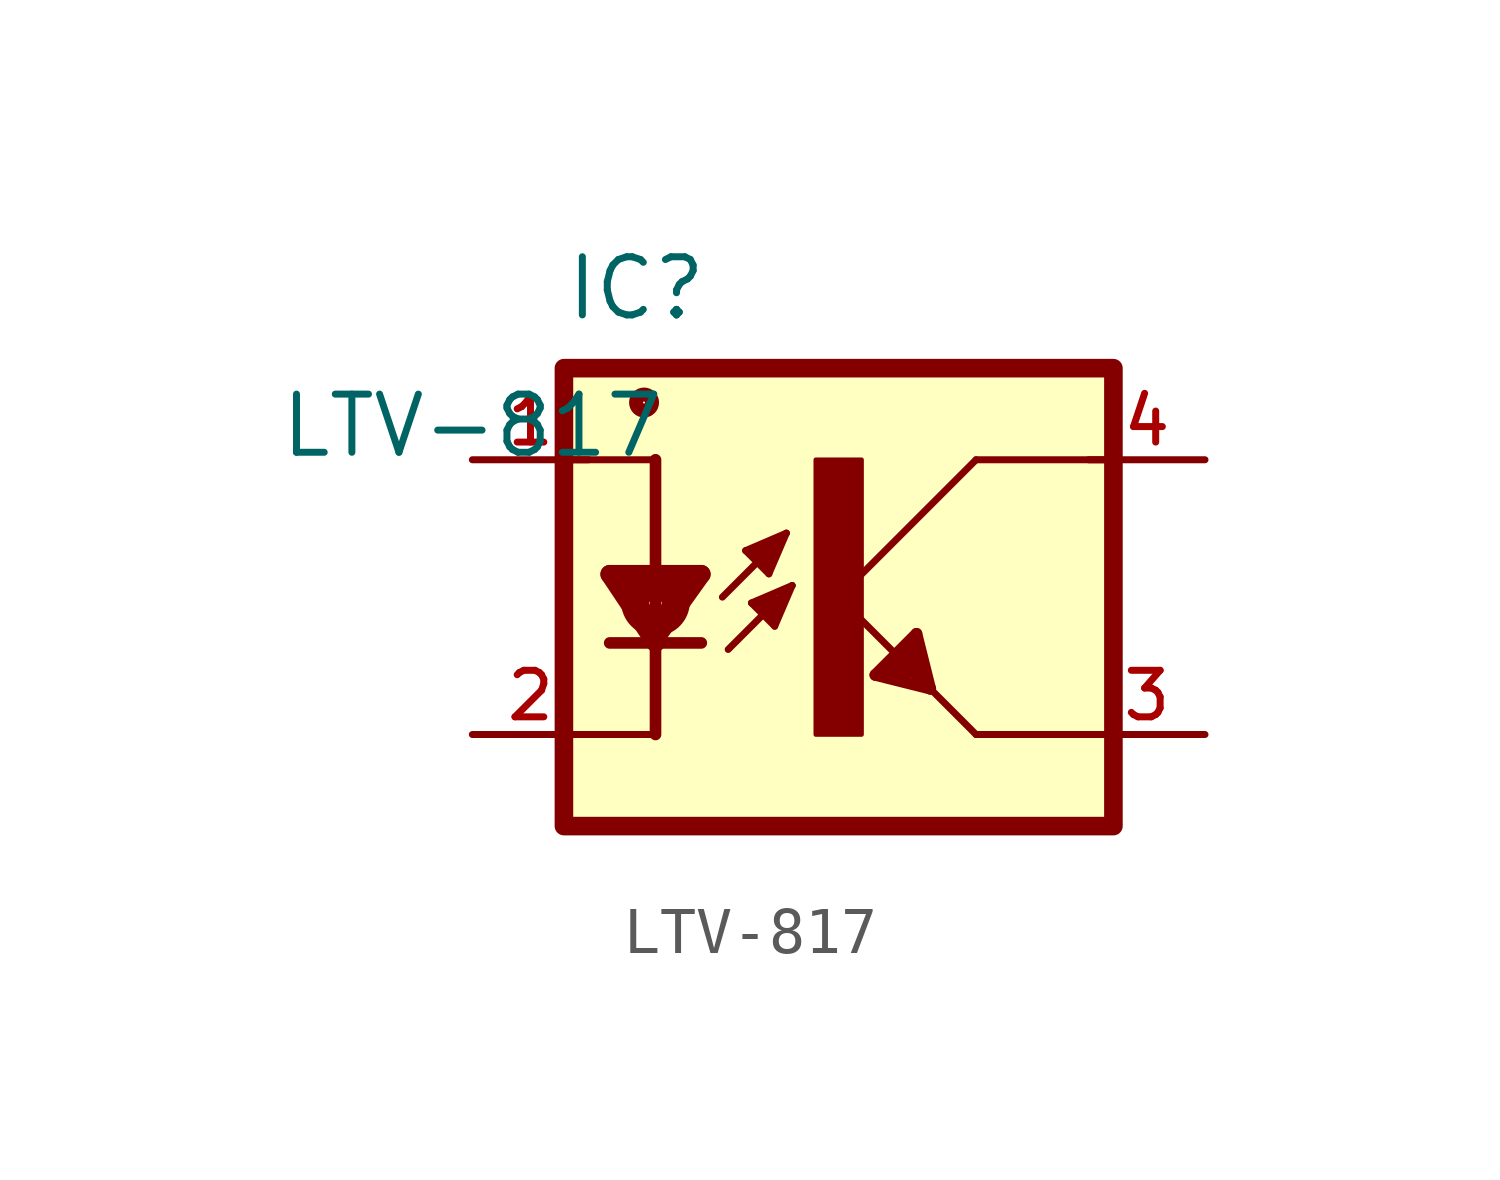
<source format=kicad_sym>
(kicad_symbol_lib
  (version 20211014)
  (generator kicad_symbol_editor)
  (symbol "LTV-817"
    (pin_names
      (offset 1.016))
    (property "Reference" "IC"
      (at 2.0 3.0 0)
      (effects (font (size 1.27 1.27)) (justify bottom left)))
    (property "Value" "LTV-817"
      (at 0 0.0 0)
      (effects (font (size 1.27 1.27)) (justify bottom)))
    (symbol "LTV-817_0_0"
      (polyline (pts (xy 5.587 -4.143) (xy 6.984 -2.746)) (stroke (width 0.152)))
      (polyline (pts (xy 6.984 -2.746) (xy 6.095 -3.127)) (stroke (width 0.152)))
      (polyline (pts (xy 6.095 -3.127) (xy 6.603 -3.635)) (stroke (width 0.152)))
      (polyline (pts (xy 6.603 -3.635) (xy 6.984 -2.746)) (stroke (width 0.152)))
      (polyline (pts (xy 6.857 -1.603) (xy 5.968 -1.984)) (stroke (width 0.152)))
      (polyline (pts (xy 5.968 -1.984) (xy 6.476 -2.492)) (stroke (width 0.152)))
      (polyline (pts (xy 6.476 -2.492) (xy 6.857 -1.603)) (stroke (width 0.152)))
      (polyline (pts (xy 5.46 -3.0) (xy 6.476 -1.984)) (stroke (width 0.152)))
      (polyline (pts (xy 6.476 -1.984) (xy 6.857 -1.603)) (stroke (width 0.152)))
      (polyline (pts (xy 5.0 -4.0) (xy 4.0 -4.0)) (stroke (width 0.254)))
      (polyline (pts (xy 4.0 -4.0) (xy 3.0 -4.0)) (stroke (width 0.254)))
      (polyline (pts (xy 4.0 0.0) (xy 2.0 0.0)) (stroke (width 0.152)))
      (polyline (pts (xy 4.0 -6.0) (xy 2.0 -6.0)) (stroke (width 0.152)))
      (polyline (pts (xy 11.0 0.0) (xy 8.0 -3.0)) (stroke (width 0.152)))
      (polyline (pts (xy 11.0 -6.0) (xy 14.0 -6.0)) (stroke (width 0.152)))
      (polyline (pts (xy 11.0 0.0) (xy 14.0 0.0)) (stroke (width 0.152)))
      (polyline (pts (xy 8.0 -3.0) (xy 9.4 -4.4)) (stroke (width 0.152)))
      (polyline (pts (xy 10.0 -5.0) (xy 11.0 -6.0)) (stroke (width 0.152)))
      (polyline (pts (xy 6.476 -1.984) (xy 6.476 -2.238)) (stroke (width 0.305)))
      (polyline (pts (xy 6.222 -1.984) (xy 6.476 -1.984)) (stroke (width 0.305)))
      (polyline (pts (xy 6.4 -3.127) (xy 6.679 -3.127)) (stroke (width 0.305)))
      (polyline (pts (xy 6.552 -3.152) (xy 6.552 -3.406)) (stroke (width 0.305)))
      (polyline (pts (xy 6.247 -3.152) (xy 6.4 -3.152)) (stroke (width 0.305)))
      (polyline (pts (xy 6.527 -1.857) (xy 6.603 -1.857)) (stroke (width 0.305)))
      (polyline (pts (xy 6.603 -1.857) (xy 6.603 -1.908)) (stroke (width 0.305)))
      (circle (center 3.75 1.25) (radius 0.175) (stroke (width 0.305)) (fill (type none)))
      (rectangle (start 7.5 -6.0) (end 8.5 0.0) (stroke (width 0.1)) (fill (type outline)))
      (polyline (pts (xy 10.0 -5.0) (xy 9.7 -3.8)) (stroke (width 0.254)))
      (polyline (pts (xy 9.7 -3.8) (xy 8.8 -4.7)) (stroke (width 0.254)))
      (polyline (pts (xy 8.8 -4.7) (xy 10.0 -5.0)) (stroke (width 0.254)))
      (polyline (pts (xy 10.0 -5.0) (xy 9.4 -4.4)) (stroke (width 0.254)))
      (polyline (pts (xy 9.2 -4.6) (xy 9.6 -4.2)) (stroke (width 0.61)))
      (polyline (pts (xy 9.6 -4.2) (xy 9.7 -4.6)) (stroke (width 0.254)))
      (polyline (pts (xy 9.7 -4.6) (xy 9.3 -4.7)) (stroke (width 0.254)))
      (polyline (pts (xy 4.0 0.0) (xy 4.0 -3.9)) (stroke (width 0.254)))
      (polyline (pts (xy 4.0 -3.9) (xy 4.0 -4.0)) (stroke (width 0.254)))
      (polyline (pts (xy 4.0 -4.0) (xy 4.0 -6.0)) (stroke (width 0.254)))
      (polyline (pts (xy 4.0 -4.0) (xy 3.0 -2.5)) (stroke (width 0.406)))
      (polyline (pts (xy 3.0 -2.5) (xy 5.0 -2.5)) (stroke (width 0.406)))
      (polyline (pts (xy 5.0 -2.5) (xy 4.0 -3.9)) (stroke (width 0.406)))
      (polyline (pts (xy 3.5 -2.8) (xy 4.5 -2.8)) (stroke (width 0.61)))
      (circle (center 4.0 -3.1) (radius 0.141) (stroke (width 0.61)) (fill (type none)))
      (rectangle (start 2.0 -8.0) (end 14.0 2.0) (stroke (width 0.406)) (fill (type background)))
      (pin input line (at 0.0 0.0 0) (length 2.54) (name "~" (effects (font (size 1.016 1.016)))) (number "1" (effects (font (size 1.016 1.016)))))
      (pin output line (at 0.0 -6.0 0) (length 2.54) (name "~" (effects (font (size 1.016 1.016)))) (number "2" (effects (font (size 1.016 1.016)))))
      (pin output line (at 16.0 -6.0 180.0) (length 2.54) (name "~" (effects (font (size 1.016 1.016)))) (number "3" (effects (font (size 1.016 1.016)))))
      (pin input line (at 16.0 0.0 180.0) (length 2.54) (name "~" (effects (font (size 1.016 1.016)))) (number "4" (effects (font (size 1.016 1.016))))))))
</source>
